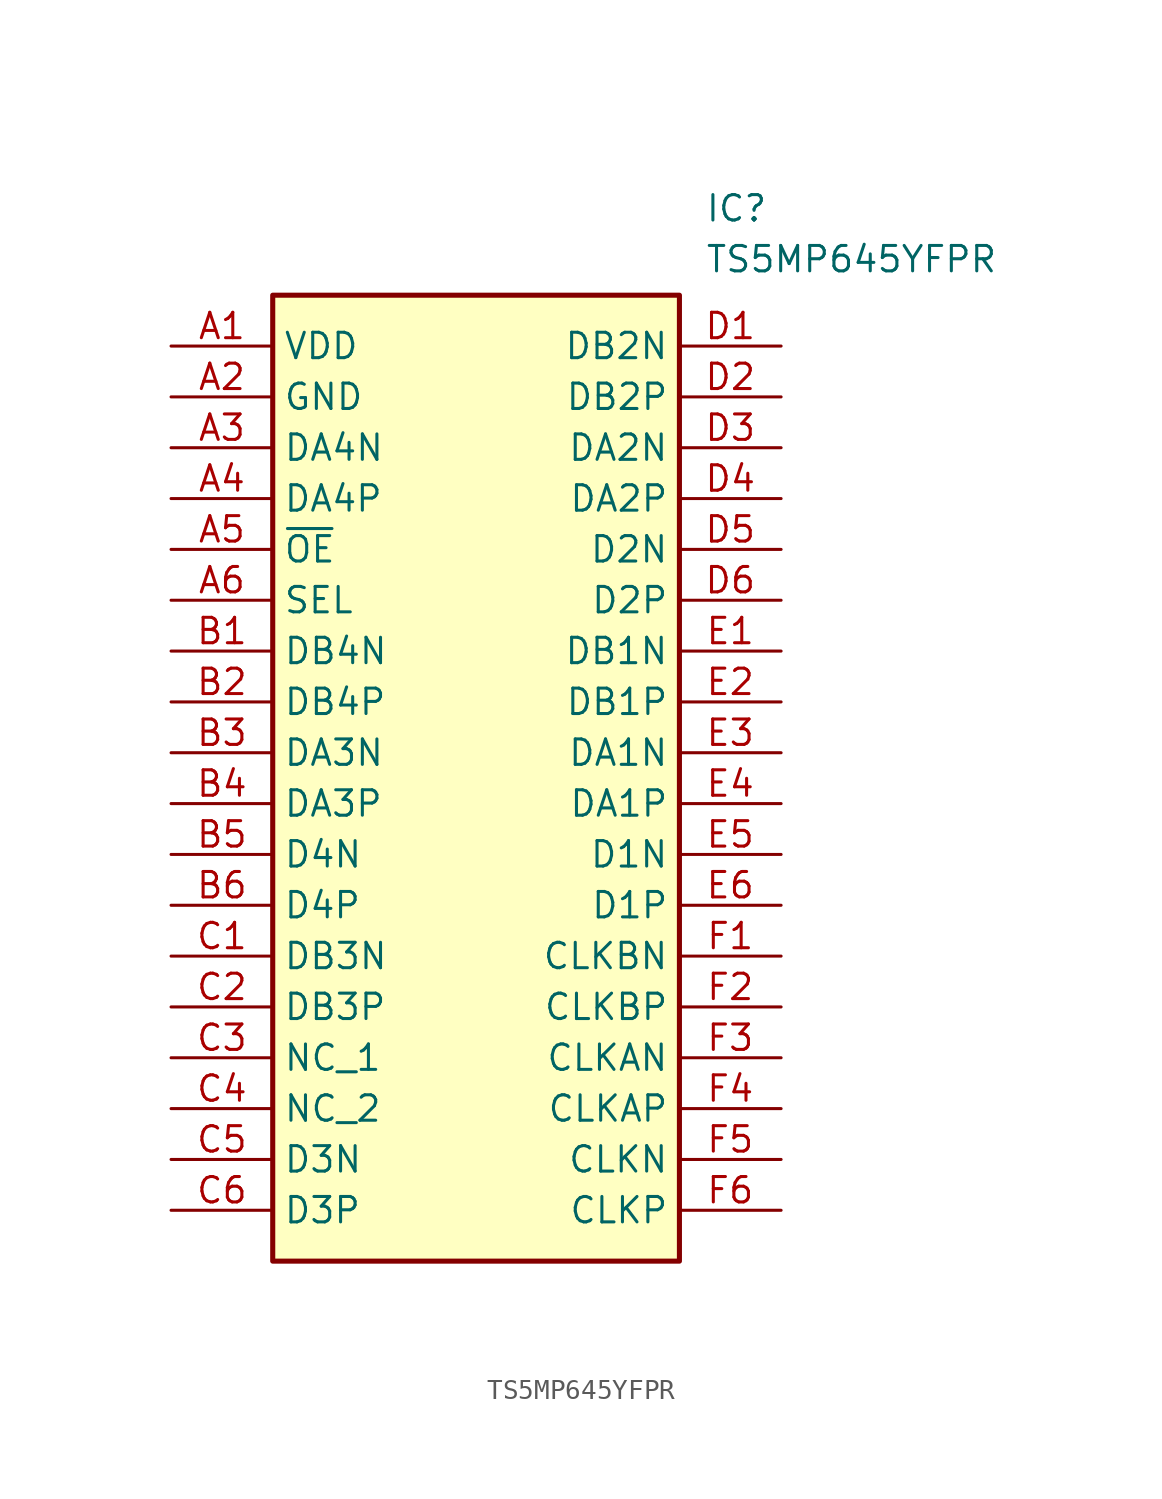
<source format=kicad_sym>
(kicad_symbol_lib
  (version 20211014)
  (generator SamacSys_ECAD_Model)
  (symbol "TS5MP645YFPR"
    (property "Reference" "IC"
      (at 26.67 7.62 0)
      (effects (font (size 1.27 1.27)) (justify left top)))
    (property "Value" "TS5MP645YFPR"
      (at 26.67 5.08 0)
      (effects (font (size 1.27 1.27)) (justify left top)))
    (rectangle
      (start 5.08 2.54)
      (end 25.4 -45.72)
      (stroke (width 0.254) (type default))
      (fill (type background)))
    (pin passive line
      (at 0 0 0)
      (length 5.08)
      (name "VDD" (effects (font (size 1.27 1.27))))
      (number "A1" (effects (font (size 1.27 1.27)))))
    (pin passive line
      (at 0 -2.54 0)
      (length 5.08)
      (name "GND" (effects (font (size 1.27 1.27))))
      (number "A2" (effects (font (size 1.27 1.27)))))
    (pin passive line
      (at 0 -5.08 0)
      (length 5.08)
      (name "DA4N" (effects (font (size 1.27 1.27))))
      (number "A3" (effects (font (size 1.27 1.27)))))
    (pin passive line
      (at 0 -7.62 0)
      (length 5.08)
      (name "DA4P" (effects (font (size 1.27 1.27))))
      (number "A4" (effects (font (size 1.27 1.27)))))
    (pin passive line
      (at 0 -10.16 0)
      (length 5.08)
      (name "~{OE}" (effects (font (size 1.27 1.27))))
      (number "A5" (effects (font (size 1.27 1.27)))))
    (pin passive line
      (at 0 -12.7 0)
      (length 5.08)
      (name "SEL" (effects (font (size 1.27 1.27))))
      (number "A6" (effects (font (size 1.27 1.27)))))
    (pin passive line
      (at 0 -15.24 0)
      (length 5.08)
      (name "DB4N" (effects (font (size 1.27 1.27))))
      (number "B1" (effects (font (size 1.27 1.27)))))
    (pin passive line
      (at 0 -17.78 0)
      (length 5.08)
      (name "DB4P" (effects (font (size 1.27 1.27))))
      (number "B2" (effects (font (size 1.27 1.27)))))
    (pin passive line
      (at 0 -20.32 0)
      (length 5.08)
      (name "DA3N" (effects (font (size 1.27 1.27))))
      (number "B3" (effects (font (size 1.27 1.27)))))
    (pin passive line
      (at 0 -22.86 0)
      (length 5.08)
      (name "DA3P" (effects (font (size 1.27 1.27))))
      (number "B4" (effects (font (size 1.27 1.27)))))
    (pin passive line
      (at 0 -25.4 0)
      (length 5.08)
      (name "D4N" (effects (font (size 1.27 1.27))))
      (number "B5" (effects (font (size 1.27 1.27)))))
    (pin passive line
      (at 0 -27.94 0)
      (length 5.08)
      (name "D4P" (effects (font (size 1.27 1.27))))
      (number "B6" (effects (font (size 1.27 1.27)))))
    (pin passive line
      (at 0 -30.48 0)
      (length 5.08)
      (name "DB3N" (effects (font (size 1.27 1.27))))
      (number "C1" (effects (font (size 1.27 1.27)))))
    (pin passive line
      (at 0 -33.02 0)
      (length 5.08)
      (name "DB3P" (effects (font (size 1.27 1.27))))
      (number "C2" (effects (font (size 1.27 1.27)))))
    (pin passive line
      (at 0 -35.56 0)
      (length 5.08)
      (name "NC_1" (effects (font (size 1.27 1.27))))
      (number "C3" (effects (font (size 1.27 1.27)))))
    (pin passive line
      (at 0 -38.1 0)
      (length 5.08)
      (name "NC_2" (effects (font (size 1.27 1.27))))
      (number "C4" (effects (font (size 1.27 1.27)))))
    (pin passive line
      (at 0 -40.64 0)
      (length 5.08)
      (name "D3N" (effects (font (size 1.27 1.27))))
      (number "C5" (effects (font (size 1.27 1.27)))))
    (pin passive line
      (at 0 -43.18 0)
      (length 5.08)
      (name "D3P" (effects (font (size 1.27 1.27))))
      (number "C6" (effects (font (size 1.27 1.27)))))
    (pin passive line
      (at 30.48 0 180)
      (length 5.08)
      (name "DB2N" (effects (font (size 1.27 1.27))))
      (number "D1" (effects (font (size 1.27 1.27)))))
    (pin passive line
      (at 30.48 -2.54 180)
      (length 5.08)
      (name "DB2P" (effects (font (size 1.27 1.27))))
      (number "D2" (effects (font (size 1.27 1.27)))))
    (pin passive line
      (at 30.48 -5.08 180)
      (length 5.08)
      (name "DA2N" (effects (font (size 1.27 1.27))))
      (number "D3" (effects (font (size 1.27 1.27)))))
    (pin passive line
      (at 30.48 -7.62 180)
      (length 5.08)
      (name "DA2P" (effects (font (size 1.27 1.27))))
      (number "D4" (effects (font (size 1.27 1.27)))))
    (pin passive line
      (at 30.48 -10.16 180)
      (length 5.08)
      (name "D2N" (effects (font (size 1.27 1.27))))
      (number "D5" (effects (font (size 1.27 1.27)))))
    (pin passive line
      (at 30.48 -12.7 180)
      (length 5.08)
      (name "D2P" (effects (font (size 1.27 1.27))))
      (number "D6" (effects (font (size 1.27 1.27)))))
    (pin passive line
      (at 30.48 -15.24 180)
      (length 5.08)
      (name "DB1N" (effects (font (size 1.27 1.27))))
      (number "E1" (effects (font (size 1.27 1.27)))))
    (pin passive line
      (at 30.48 -17.78 180)
      (length 5.08)
      (name "DB1P" (effects (font (size 1.27 1.27))))
      (number "E2" (effects (font (size 1.27 1.27)))))
    (pin passive line
      (at 30.48 -20.32 180)
      (length 5.08)
      (name "DA1N" (effects (font (size 1.27 1.27))))
      (number "E3" (effects (font (size 1.27 1.27)))))
    (pin passive line
      (at 30.48 -22.86 180)
      (length 5.08)
      (name "DA1P" (effects (font (size 1.27 1.27))))
      (number "E4" (effects (font (size 1.27 1.27)))))
    (pin passive line
      (at 30.48 -25.4 180)
      (length 5.08)
      (name "D1N" (effects (font (size 1.27 1.27))))
      (number "E5" (effects (font (size 1.27 1.27)))))
    (pin passive line
      (at 30.48 -27.94 180)
      (length 5.08)
      (name "D1P" (effects (font (size 1.27 1.27))))
      (number "E6" (effects (font (size 1.27 1.27)))))
    (pin passive line
      (at 30.48 -30.48 180)
      (length 5.08)
      (name "CLKBN" (effects (font (size 1.27 1.27))))
      (number "F1" (effects (font (size 1.27 1.27)))))
    (pin passive line
      (at 30.48 -33.02 180)
      (length 5.08)
      (name "CLKBP" (effects (font (size 1.27 1.27))))
      (number "F2" (effects (font (size 1.27 1.27)))))
    (pin passive line
      (at 30.48 -35.56 180)
      (length 5.08)
      (name "CLKAN" (effects (font (size 1.27 1.27))))
      (number "F3" (effects (font (size 1.27 1.27)))))
    (pin passive line
      (at 30.48 -38.1 180)
      (length 5.08)
      (name "CLKAP" (effects (font (size 1.27 1.27))))
      (number "F4" (effects (font (size 1.27 1.27)))))
    (pin passive line
      (at 30.48 -40.64 180)
      (length 5.08)
      (name "CLKN" (effects (font (size 1.27 1.27))))
      (number "F5" (effects (font (size 1.27 1.27)))))
    (pin passive line
      (at 30.48 -43.18 180)
      (length 5.08)
      (name "CLKP" (effects (font (size 1.27 1.27))))
      (number "F6" (effects (font (size 1.27 1.27)))))))
</source>
